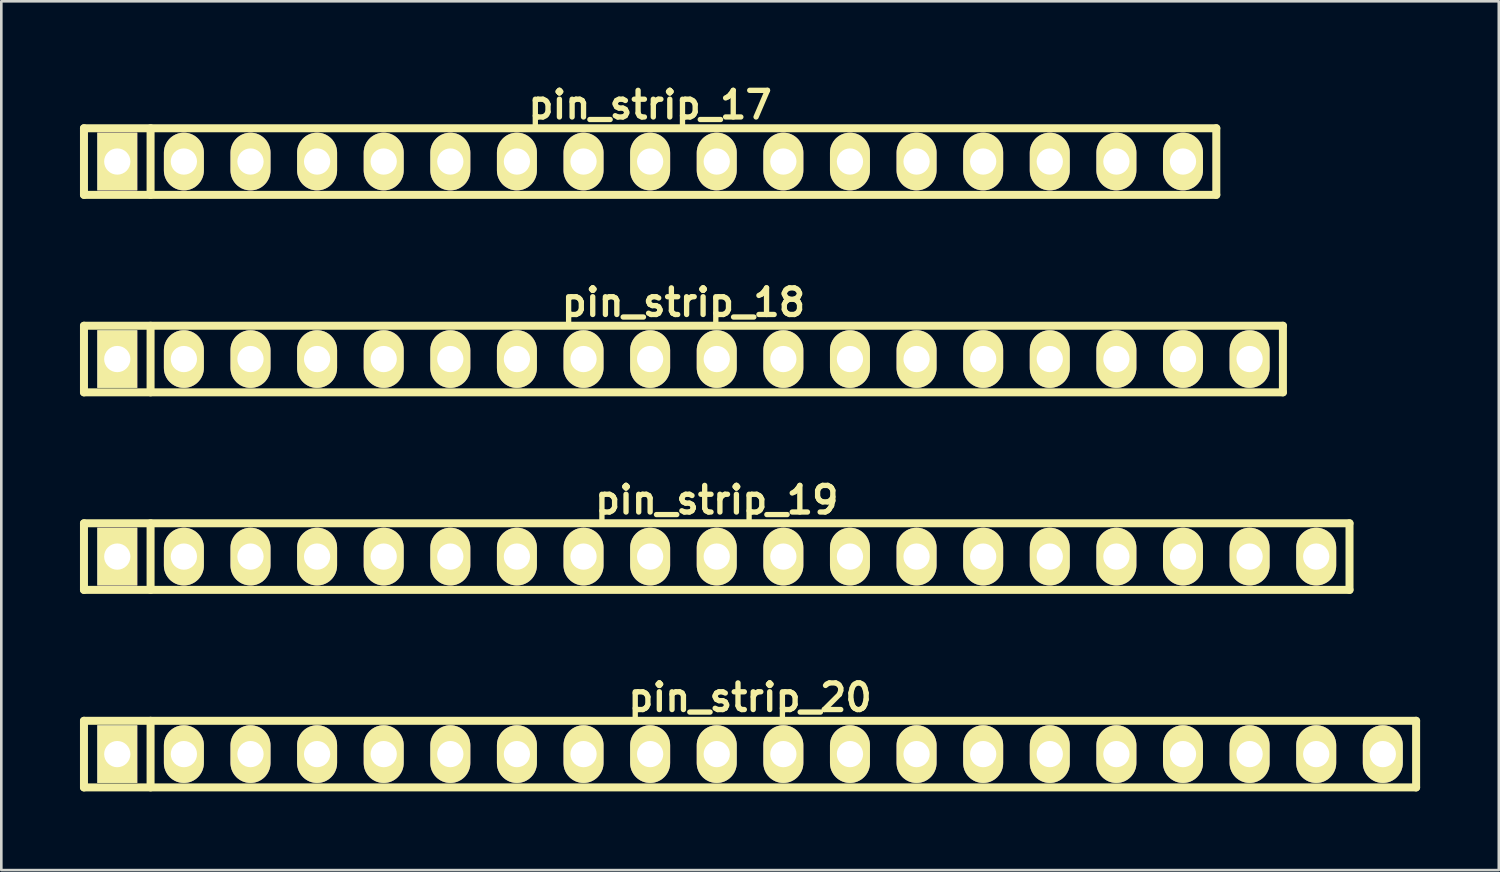
<source format=kicad_pcb>
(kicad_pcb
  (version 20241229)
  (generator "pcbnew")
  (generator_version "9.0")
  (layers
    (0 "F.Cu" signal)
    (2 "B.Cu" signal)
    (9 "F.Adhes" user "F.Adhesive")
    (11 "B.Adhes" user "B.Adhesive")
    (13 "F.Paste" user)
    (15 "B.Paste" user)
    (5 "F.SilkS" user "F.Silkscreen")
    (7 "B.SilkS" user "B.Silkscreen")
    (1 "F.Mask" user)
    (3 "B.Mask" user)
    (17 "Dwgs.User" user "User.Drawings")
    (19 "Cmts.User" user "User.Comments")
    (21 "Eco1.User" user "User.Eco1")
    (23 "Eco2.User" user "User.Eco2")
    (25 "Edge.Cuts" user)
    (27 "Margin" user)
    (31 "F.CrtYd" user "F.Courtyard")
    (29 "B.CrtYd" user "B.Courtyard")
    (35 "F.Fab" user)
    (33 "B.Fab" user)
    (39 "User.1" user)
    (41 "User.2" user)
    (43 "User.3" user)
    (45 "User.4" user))
  (footprint "pin_strip_17"
    (layer "F.Cu")
    (at 21.742 3.11)
    (property "Reference" "pin_strip_17" (at 0 -2.159 0) (layer "F.SilkS") (effects (font (size 1.016 1.016) (thickness 0.203))))
    (attr through_hole)
    (fp_line (start -21.59 -1.27) (end 21.59 -1.27) (stroke (width 0.305) (type solid)) (layer "F.SilkS"))
    (fp_line (start -21.59 1.27) (end -21.59 -1.27) (stroke (width 0.305) (type solid)) (layer "F.SilkS"))
    (fp_line (start -19.05 -1.27) (end -19.05 1.27) (stroke (width 0.305) (type solid)) (layer "F.SilkS"))
    (fp_line (start 21.59 -1.27) (end 21.59 1.27) (stroke (width 0.305) (type solid)) (layer "F.SilkS"))
    (fp_line (start 21.59 1.27) (end -21.59 1.27) (stroke (width 0.305) (type solid)) (layer "F.SilkS"))
    (pad "1" thru_hole rect (at -20.32 0) (size 1.524 2.2) (drill 1.001) (layers "*.Cu" "*.Mask" "F.SilkS"))
    (pad "2" thru_hole oval (at -17.78 0) (size 1.524 2.2) (drill 1.001) (layers "*.Cu" "*.Mask" "F.SilkS"))
    (pad "3" thru_hole oval (at -15.24 0) (size 1.524 2.2) (drill 1.001) (layers "*.Cu" "*.Mask" "F.SilkS"))
    (pad "4" thru_hole oval (at -12.7 0) (size 1.524 2.2) (drill 1.001) (layers "*.Cu" "*.Mask" "F.SilkS"))
    (pad "5" thru_hole oval (at -10.16 0) (size 1.524 2.2) (drill 1.001) (layers "*.Cu" "*.Mask" "F.SilkS"))
    (pad "6" thru_hole oval (at -7.62 0) (size 1.524 2.2) (drill 1.001) (layers "*.Cu" "*.Mask" "F.SilkS"))
    (pad "7" thru_hole oval (at -5.08 0) (size 1.524 2.2) (drill 1.001) (layers "*.Cu" "*.Mask" "F.SilkS"))
    (pad "8" thru_hole oval (at -2.54 0) (size 1.524 2.2) (drill 1.001) (layers "*.Cu" "*.Mask" "F.SilkS"))
    (pad "9" thru_hole oval (at 0 0) (size 1.524 2.2) (drill 1.001) (layers "*.Cu" "*.Mask" "F.SilkS"))
    (pad "10" thru_hole oval (at 2.54 0) (size 1.524 2.2) (drill 1.001) (layers "*.Cu" "*.Mask" "F.SilkS"))
    (pad "11" thru_hole oval (at 5.08 0) (size 1.524 2.2) (drill 1.001) (layers "*.Cu" "*.Mask" "F.SilkS"))
    (pad "12" thru_hole oval (at 7.62 0) (size 1.524 2.2) (drill 1.001) (layers "*.Cu" "*.Mask" "F.SilkS"))
    (pad "13" thru_hole oval (at 10.16 0) (size 1.524 2.2) (drill 1.001) (layers "*.Cu" "*.Mask" "F.SilkS"))
    (pad "14" thru_hole oval (at 12.7 0) (size 1.524 2.2) (drill 1.001) (layers "*.Cu" "*.Mask" "F.SilkS"))
    (pad "15" thru_hole oval (at 15.24 0) (size 1.524 2.2) (drill 1.001) (layers "*.Cu" "*.Mask" "F.SilkS"))
    (pad "16" thru_hole oval (at 17.78 0) (size 1.524 2.2) (drill 1.001) (layers "*.Cu" "*.Mask" "F.SilkS"))
    (pad "17" thru_hole oval (at 20.32 0) (size 1.524 2.2) (drill 1.001) (layers "*.Cu" "*.Mask" "F.SilkS")))
  (footprint "pin_strip_19"
    (layer "F.Cu")
    (at 24.282 18.175)
    (property "Reference" "pin_strip_19" (at 0 -2.159 0) (layer "F.SilkS") (effects (font (size 1.016 1.016) (thickness 0.203))))
    (attr through_hole)
    (fp_line (start -24.13 -1.27) (end 24.13 -1.27) (stroke (width 0.305) (type solid)) (layer "F.SilkS"))
    (fp_line (start -24.13 1.27) (end -24.13 -1.27) (stroke (width 0.305) (type solid)) (layer "F.SilkS"))
    (fp_line (start -21.59 -1.27) (end -21.59 1.27) (stroke (width 0.305) (type solid)) (layer "F.SilkS"))
    (fp_line (start 24.13 -1.27) (end 24.13 1.27) (stroke (width 0.305) (type solid)) (layer "F.SilkS"))
    (fp_line (start 24.13 1.27) (end -24.13 1.27) (stroke (width 0.305) (type solid)) (layer "F.SilkS"))
    (pad "1" thru_hole rect (at -22.86 0) (size 1.524 2.2) (drill 1.001) (layers "*.Cu" "*.Mask" "F.SilkS"))
    (pad "2" thru_hole oval (at -20.32 0) (size 1.524 2.2) (drill 1.001) (layers "*.Cu" "*.Mask" "F.SilkS"))
    (pad "3" thru_hole oval (at -17.78 0) (size 1.524 2.2) (drill 1.001) (layers "*.Cu" "*.Mask" "F.SilkS"))
    (pad "4" thru_hole oval (at -15.24 0) (size 1.524 2.2) (drill 1.001) (layers "*.Cu" "*.Mask" "F.SilkS"))
    (pad "5" thru_hole oval (at -12.7 0) (size 1.524 2.2) (drill 1.001) (layers "*.Cu" "*.Mask" "F.SilkS"))
    (pad "6" thru_hole oval (at -10.16 0) (size 1.524 2.2) (drill 1.001) (layers "*.Cu" "*.Mask" "F.SilkS"))
    (pad "7" thru_hole oval (at -7.62 0) (size 1.524 2.2) (drill 1.001) (layers "*.Cu" "*.Mask" "F.SilkS"))
    (pad "8" thru_hole oval (at -5.08 0) (size 1.524 2.2) (drill 1.001) (layers "*.Cu" "*.Mask" "F.SilkS"))
    (pad "9" thru_hole oval (at -2.54 0) (size 1.524 2.2) (drill 1.001) (layers "*.Cu" "*.Mask" "F.SilkS"))
    (pad "10" thru_hole oval (at 0 0) (size 1.524 2.2) (drill 1.001) (layers "*.Cu" "*.Mask" "F.SilkS"))
    (pad "11" thru_hole oval (at 2.54 0) (size 1.524 2.2) (drill 1.001) (layers "*.Cu" "*.Mask" "F.SilkS"))
    (pad "12" thru_hole oval (at 5.08 0) (size 1.524 2.2) (drill 1.001) (layers "*.Cu" "*.Mask" "F.SilkS"))
    (pad "13" thru_hole oval (at 7.62 0) (size 1.524 2.2) (drill 1.001) (layers "*.Cu" "*.Mask" "F.SilkS"))
    (pad "14" thru_hole oval (at 10.16 0) (size 1.524 2.2) (drill 1.001) (layers "*.Cu" "*.Mask" "F.SilkS"))
    (pad "15" thru_hole oval (at 12.7 0) (size 1.524 2.2) (drill 1.001) (layers "*.Cu" "*.Mask" "F.SilkS"))
    (pad "16" thru_hole oval (at 15.24 0) (size 1.524 2.2) (drill 1.001) (layers "*.Cu" "*.Mask" "F.SilkS"))
    (pad "17" thru_hole oval (at 17.78 0) (size 1.524 2.2) (drill 1.001) (layers "*.Cu" "*.Mask" "F.SilkS"))
    (pad "18" thru_hole oval (at 20.32 0) (size 1.524 2.2) (drill 1.001) (layers "*.Cu" "*.Mask" "F.SilkS"))
    (pad "19" thru_hole oval (at 22.86 0) (size 1.524 2.2) (drill 1.001) (layers "*.Cu" "*.Mask" "F.SilkS")))
  (footprint "pin_strip_18"
    (layer "F.Cu")
    (at 23.012 10.642)
    (property "Reference" "pin_strip_18" (at 0 -2.159 0) (layer "F.SilkS") (effects (font (size 1.016 1.016) (thickness 0.203))))
    (attr through_hole)
    (fp_line (start -22.86 -1.27) (end 22.86 -1.27) (stroke (width 0.305) (type solid)) (layer "F.SilkS"))
    (fp_line (start -22.86 1.27) (end -22.86 -1.27) (stroke (width 0.305) (type solid)) (layer "F.SilkS"))
    (fp_line (start -20.32 -1.27) (end -20.32 1.27) (stroke (width 0.305) (type solid)) (layer "F.SilkS"))
    (fp_line (start 22.86 -1.27) (end 22.86 1.27) (stroke (width 0.305) (type solid)) (layer "F.SilkS"))
    (fp_line (start 22.86 1.27) (end -22.86 1.27) (stroke (width 0.305) (type solid)) (layer "F.SilkS"))
    (pad "1" thru_hole rect (at -21.59 0) (size 1.524 2.2) (drill 1.001) (layers "*.Cu" "*.Mask" "F.SilkS"))
    (pad "2" thru_hole oval (at -19.05 0) (size 1.524 2.2) (drill 1.001) (layers "*.Cu" "*.Mask" "F.SilkS"))
    (pad "3" thru_hole oval (at -16.51 0) (size 1.524 2.2) (drill 1.001) (layers "*.Cu" "*.Mask" "F.SilkS"))
    (pad "4" thru_hole oval (at -13.97 0) (size 1.524 2.2) (drill 1.001) (layers "*.Cu" "*.Mask" "F.SilkS"))
    (pad "5" thru_hole oval (at -11.43 0) (size 1.524 2.2) (drill 1.001) (layers "*.Cu" "*.Mask" "F.SilkS"))
    (pad "6" thru_hole oval (at -8.89 0) (size 1.524 2.2) (drill 1.001) (layers "*.Cu" "*.Mask" "F.SilkS"))
    (pad "7" thru_hole oval (at -6.35 0) (size 1.524 2.2) (drill 1.001) (layers "*.Cu" "*.Mask" "F.SilkS"))
    (pad "8" thru_hole oval (at -3.81 0) (size 1.524 2.2) (drill 1.001) (layers "*.Cu" "*.Mask" "F.SilkS"))
    (pad "9" thru_hole oval (at -1.27 0) (size 1.524 2.2) (drill 1.001) (layers "*.Cu" "*.Mask" "F.SilkS"))
    (pad "10" thru_hole oval (at 1.27 0) (size 1.524 2.2) (drill 1.001) (layers "*.Cu" "*.Mask" "F.SilkS"))
    (pad "11" thru_hole oval (at 3.81 0) (size 1.524 2.2) (drill 1.001) (layers "*.Cu" "*.Mask" "F.SilkS"))
    (pad "12" thru_hole oval (at 6.35 0) (size 1.524 2.2) (drill 1.001) (layers "*.Cu" "*.Mask" "F.SilkS"))
    (pad "13" thru_hole oval (at 8.89 0) (size 1.524 2.2) (drill 1.001) (layers "*.Cu" "*.Mask" "F.SilkS"))
    (pad "14" thru_hole oval (at 11.43 0) (size 1.524 2.2) (drill 1.001) (layers "*.Cu" "*.Mask" "F.SilkS"))
    (pad "15" thru_hole oval (at 13.97 0) (size 1.524 2.2) (drill 1.001) (layers "*.Cu" "*.Mask" "F.SilkS"))
    (pad "16" thru_hole oval (at 16.51 0) (size 1.524 2.2) (drill 1.001) (layers "*.Cu" "*.Mask" "F.SilkS"))
    (pad "17" thru_hole oval (at 19.05 0) (size 1.524 2.2) (drill 1.001) (layers "*.Cu" "*.Mask" "F.SilkS"))
    (pad "18" thru_hole oval (at 21.59 0) (size 1.524 2.2) (drill 1.001) (layers "*.Cu" "*.Mask" "F.SilkS")))
  (footprint "pin_strip_20"
    (layer "F.Cu")
    (at 25.552 25.707)
    (property "Reference" "pin_strip_20" (at 0 -2.159 0) (layer "F.SilkS") (effects (font (size 1.016 1.016) (thickness 0.203))))
    (attr through_hole)
    (fp_line (start -25.4 -1.27) (end 25.4 -1.27) (stroke (width 0.305) (type solid)) (layer "F.SilkS"))
    (fp_line (start -25.4 1.27) (end -25.4 -1.27) (stroke (width 0.305) (type solid)) (layer "F.SilkS"))
    (fp_line (start -22.86 -1.27) (end -22.86 1.27) (stroke (width 0.305) (type solid)) (layer "F.SilkS"))
    (fp_line (start 25.4 -1.27) (end 25.4 1.27) (stroke (width 0.305) (type solid)) (layer "F.SilkS"))
    (fp_line (start 25.4 1.27) (end -25.4 1.27) (stroke (width 0.305) (type solid)) (layer "F.SilkS"))
    (pad "1" thru_hole rect (at -24.13 0) (size 1.524 2.2) (drill 1.001) (layers "*.Cu" "*.Mask" "F.SilkS"))
    (pad "2" thru_hole oval (at -21.59 0) (size 1.524 2.2) (drill 1.001) (layers "*.Cu" "*.Mask" "F.SilkS"))
    (pad "3" thru_hole oval (at -19.05 0) (size 1.524 2.2) (drill 1.001) (layers "*.Cu" "*.Mask" "F.SilkS"))
    (pad "4" thru_hole oval (at -16.51 0) (size 1.524 2.2) (drill 1.001) (layers "*.Cu" "*.Mask" "F.SilkS"))
    (pad "5" thru_hole oval (at -13.97 0) (size 1.524 2.2) (drill 1.001) (layers "*.Cu" "*.Mask" "F.SilkS"))
    (pad "6" thru_hole oval (at -11.43 0) (size 1.524 2.2) (drill 1.001) (layers "*.Cu" "*.Mask" "F.SilkS"))
    (pad "7" thru_hole oval (at -8.89 0) (size 1.524 2.2) (drill 1.001) (layers "*.Cu" "*.Mask" "F.SilkS"))
    (pad "8" thru_hole oval (at -6.35 0) (size 1.524 2.2) (drill 1.001) (layers "*.Cu" "*.Mask" "F.SilkS"))
    (pad "9" thru_hole oval (at -3.81 0) (size 1.524 2.2) (drill 1.001) (layers "*.Cu" "*.Mask" "F.SilkS"))
    (pad "10" thru_hole oval (at -1.27 0) (size 1.524 2.2) (drill 1.001) (layers "*.Cu" "*.Mask" "F.SilkS"))
    (pad "11" thru_hole oval (at 1.27 0) (size 1.524 2.2) (drill 1.001) (layers "*.Cu" "*.Mask" "F.SilkS"))
    (pad "12" thru_hole oval (at 3.81 0) (size 1.524 2.2) (drill 1.001) (layers "*.Cu" "*.Mask" "F.SilkS"))
    (pad "13" thru_hole oval (at 6.35 0) (size 1.524 2.2) (drill 1.001) (layers "*.Cu" "*.Mask" "F.SilkS"))
    (pad "14" thru_hole oval (at 8.89 0) (size 1.524 2.2) (drill 1.001) (layers "*.Cu" "*.Mask" "F.SilkS"))
    (pad "15" thru_hole oval (at 11.43 0) (size 1.524 2.2) (drill 1.001) (layers "*.Cu" "*.Mask" "F.SilkS"))
    (pad "16" thru_hole oval (at 13.97 0) (size 1.524 2.2) (drill 1.001) (layers "*.Cu" "*.Mask" "F.SilkS"))
    (pad "17" thru_hole oval (at 16.51 0) (size 1.524 2.2) (drill 1.001) (layers "*.Cu" "*.Mask" "F.SilkS"))
    (pad "18" thru_hole oval (at 19.05 0) (size 1.524 2.2) (drill 1.001) (layers "*.Cu" "*.Mask" "F.SilkS"))
    (pad "19" thru_hole oval (at 21.59 0) (size 1.524 2.2) (drill 1.001) (layers "*.Cu" "*.Mask" "F.SilkS"))
    (pad "20" thru_hole oval (at 24.13 0) (size 1.524 2.2) (drill 1.001) (layers "*.Cu" "*.Mask" "F.SilkS")))
  (gr_rect
    (start -3 -3)
    (end 54.105 30.13)
    (stroke (width 0.1) (type default))
    (fill no)
    (layer "Edge.Cuts")))
</source>
